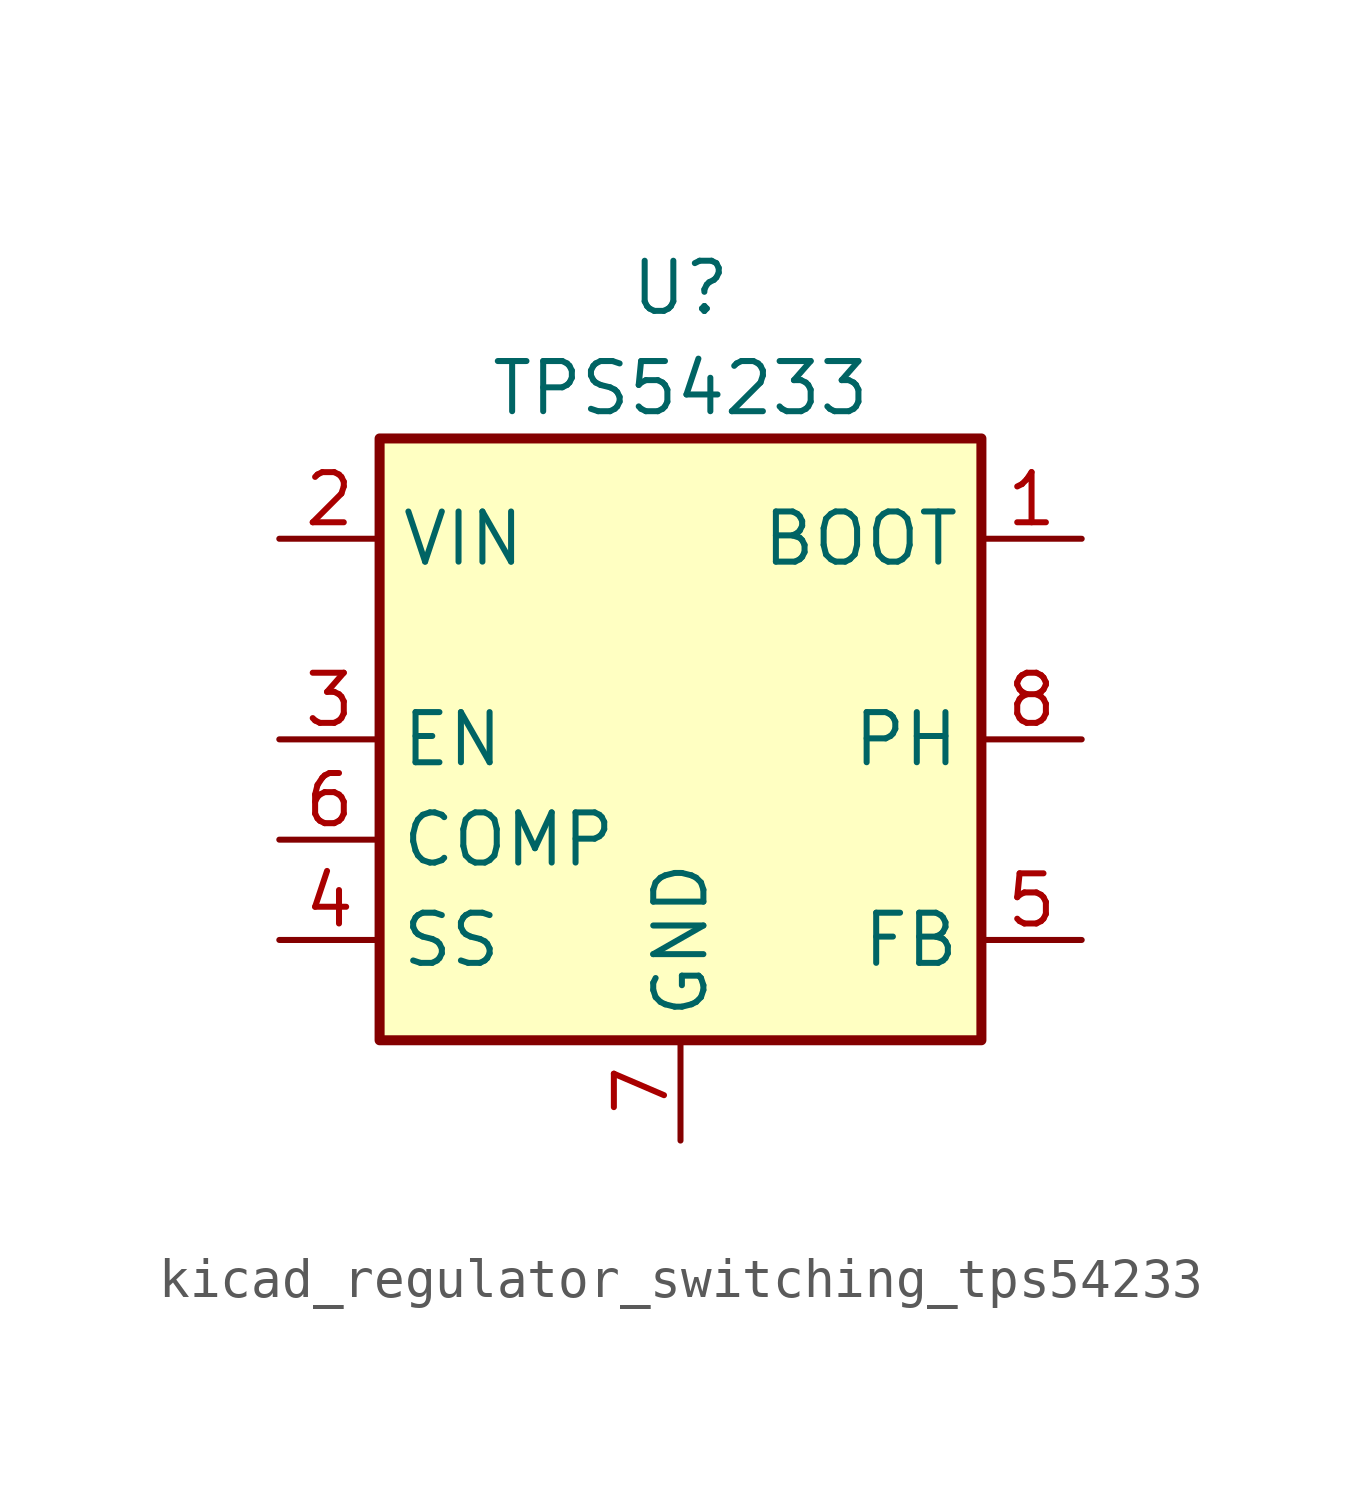
<source format=kicad_sym>
(kicad_symbol_lib
  (version 20220914)
  (generator kicad_symbol_editor)
  (symbol "kicad_regulator_switching_tps54233"
    (property "Reference" "U"
      (at 0 11.43 0)
      (effects (font (size 1.27 1.27))))
    (property "Value" "TPS54233"
      (at 0 8.89 0)
      (effects (font (size 1.27 1.27))))
    (symbol "kicad_regulator_switching_tps54233_1_1"
      (rectangle (start -7.62 7.62) (end 7.62 -7.62) (stroke (width 0.254) (type default)) (fill (type background)))
      (pin input line (at 10.16 5.08 180) (length 2.54) (name "BOOT" (effects (font (size 1.27 1.27)))) (number "1" (effects (font (size 1.27 1.27)))))
      (pin power_in line (at -10.16 5.08 0) (length 2.54) (name "VIN" (effects (font (size 1.27 1.27)))) (number "2" (effects (font (size 1.27 1.27)))))
      (pin input line (at -10.16 0 0) (length 2.54) (name "EN" (effects (font (size 1.27 1.27)))) (number "3" (effects (font (size 1.27 1.27)))))
      (pin input line (at -10.16 -5.08 0) (length 2.54) (name "SS" (effects (font (size 1.27 1.27)))) (number "4" (effects (font (size 1.27 1.27)))))
      (pin input line (at 10.16 -5.08 180) (length 2.54) (name "FB" (effects (font (size 1.27 1.27)))) (number "5" (effects (font (size 1.27 1.27)))))
      (pin passive line (at -10.16 -2.54 0) (length 2.54) (name "COMP" (effects (font (size 1.27 1.27)))) (number "6" (effects (font (size 1.27 1.27)))))
      (pin power_in line (at 0 -10.16 90) (length 2.54) (name "GND" (effects (font (size 1.27 1.27)))) (number "7" (effects (font (size 1.27 1.27)))))
      (pin output line (at 10.16 0 180) (length 2.54) (name "PH" (effects (font (size 1.27 1.27)))) (number "8" (effects (font (size 1.27 1.27))))))))
</source>
